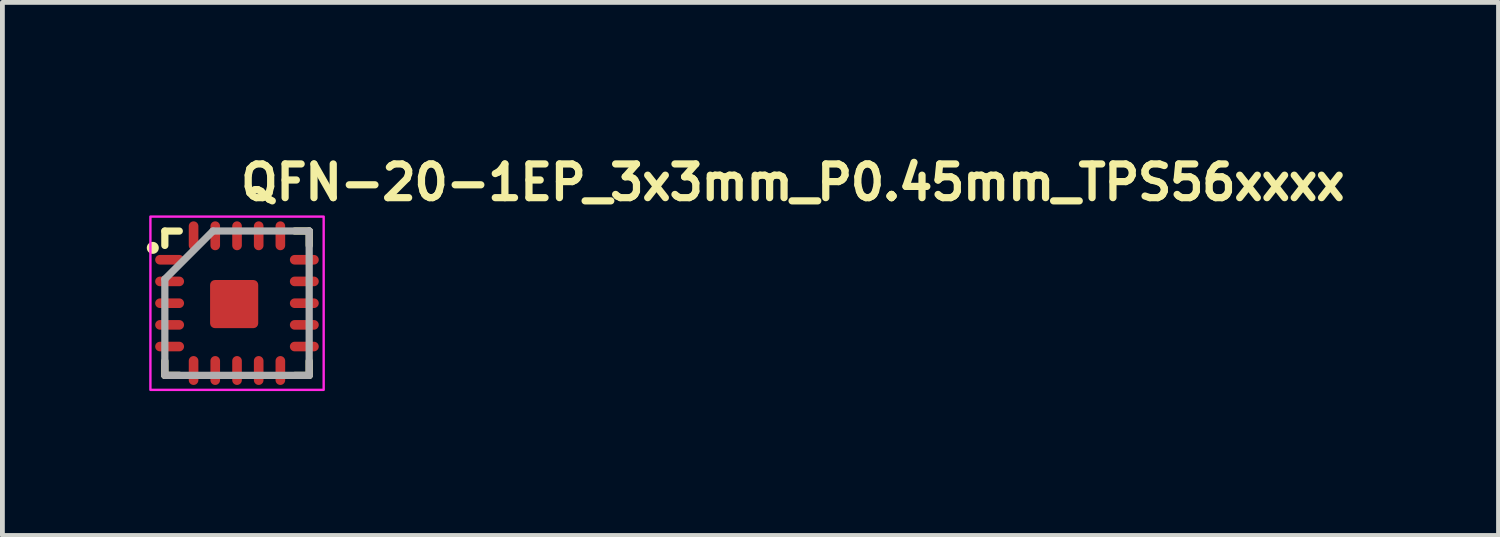
<source format=kicad_pcb>
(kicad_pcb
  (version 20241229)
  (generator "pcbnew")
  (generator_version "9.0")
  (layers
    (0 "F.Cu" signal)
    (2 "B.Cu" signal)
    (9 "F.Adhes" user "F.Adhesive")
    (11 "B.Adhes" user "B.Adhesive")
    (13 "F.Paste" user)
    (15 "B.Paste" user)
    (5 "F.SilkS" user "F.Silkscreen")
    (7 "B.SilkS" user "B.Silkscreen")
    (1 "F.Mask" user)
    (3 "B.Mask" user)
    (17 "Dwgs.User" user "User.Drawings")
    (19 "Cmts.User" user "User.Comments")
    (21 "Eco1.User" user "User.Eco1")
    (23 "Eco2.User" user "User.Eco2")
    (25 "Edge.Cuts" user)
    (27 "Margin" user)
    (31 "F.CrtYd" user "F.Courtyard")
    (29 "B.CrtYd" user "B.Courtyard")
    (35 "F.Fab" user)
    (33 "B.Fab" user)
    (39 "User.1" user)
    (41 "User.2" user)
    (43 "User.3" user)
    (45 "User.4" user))
  (footprint "QFN-20-1EP_3x3mm_P0.45mm_TPS56xxxx"
    (layer "F.Cu")
    (at 1.875 3.25)
    (property "Reference" "QFN-20-1EP_3x3mm_P0.45mm_TPS56xxxx" (at 0 -2.1 0) (layer "F.SilkS") (effects (font (size 0.7 0.7) (thickness 0.15)) (justify left bottom)))
    (attr smd)
    (fp_line (start -1.5 -1.499) (end -1.2 -1.499) (stroke (width 0.15) (type solid)) (layer "F.SilkS"))
    (fp_line (start -1.5 -1.201) (end -1.5 -1.499) (stroke (width 0.15) (type solid)) (layer "F.SilkS"))
    (fp_line (start -1.5 1.498) (end -1.5 1.2) (stroke (width 0.15) (type solid)) (layer "F.SilkS"))
    (fp_line (start -1.2 1.498) (end -1.5 1.498) (stroke (width 0.15) (type solid)) (layer "F.SilkS"))
    (fp_line (start 1.201 1.5) (end 1.499 1.5) (stroke (width 0.15) (type solid)) (layer "F.SilkS"))
    (fp_line (start 1.202 -1.5) (end 1.5 -1.5) (stroke (width 0.15) (type solid)) (layer "F.SilkS"))
    (fp_line (start 1.499 1.5) (end 1.499 1.202) (stroke (width 0.15) (type solid)) (layer "F.SilkS"))
    (fp_line (start 1.5 -1.5) (end 1.5 -1.2) (stroke (width 0.15) (type solid)) (layer "F.SilkS"))
    (fp_circle (center -1.75 -1.15) (end -1.7 -1.15) (stroke (width 0.15) (type solid)) (fill yes) (layer "F.SilkS"))
    (fp_rect (start -1.8 -1.8) (end 1.8 1.8) (stroke (width 0.05) (type solid)) (fill no) (layer "F.CrtYd"))
    (fp_line (start -1.5 -0.5) (end -1.5 1.499) (stroke (width 0.15) (type solid)) (layer "F.Fab"))
    (fp_line (start -1.5 1.499) (end 1.499 1.499) (stroke (width 0.15) (type solid)) (layer "F.Fab"))
    (fp_line (start -0.5 -1.5) (end -1.5 -0.5) (stroke (width 0.15) (type solid)) (layer "F.Fab"))
    (fp_line (start 1.499 -1.5) (end -0.5 -1.5) (stroke (width 0.15) (type solid)) (layer "F.Fab"))
    (fp_line (start 1.499 1.499) (end 1.499 -1.5) (stroke (width 0.15) (type solid)) (layer "F.Fab"))
    (fp_rect (start -1.5 -1.5) (end 1.499 1.499) (stroke (width 0.1) (type solid)) (fill no) (layer "User.5"))
    (fp_rect (start -1.5 -1.5) (end 1.499 1.499) (stroke (width 0.1) (type solid)) (fill no) (layer "User.5"))
    (fp_line (start -1.5 -0.952) (end -1.5 -0.85) (stroke (width 0.02) (type solid)) (layer "User.9"))
    (fp_line (start -1.5 -0.85) (end -1.45 -0.85) (stroke (width 0.02) (type solid)) (layer "User.9"))
    (fp_line (start -1.5 -0.5) (end -1.5 -0.403) (stroke (width 0.02) (type solid)) (layer "User.9"))
    (fp_line (start -1.5 -0.403) (end -1.45 -0.403) (stroke (width 0.02) (type solid)) (layer "User.9"))
    (fp_line (start -1.5 -0.053) (end -1.5 0.05) (stroke (width 0.02) (type solid)) (layer "User.9"))
    (fp_line (start -1.5 0.05) (end -1.45 0.05) (stroke (width 0.02) (type solid)) (layer "User.9"))
    (fp_line (start -1.5 0.4) (end -1.5 0.497) (stroke (width 0.02) (type solid)) (layer "User.9"))
    (fp_line (start -1.5 0.497) (end -1.45 0.497) (stroke (width 0.02) (type solid)) (layer "User.9"))
    (fp_line (start -1.5 0.847) (end -1.5 0.949) (stroke (width 0.02) (type solid)) (layer "User.9"))
    (fp_line (start -1.5 0.949) (end -1.45 0.949) (stroke (width 0.02) (type solid)) (layer "User.9"))
    (fp_line (start -1.45 -1.45) (end -1.45 1.449) (stroke (width 0.02) (type solid)) (layer "User.9"))
    (fp_line (start -1.45 -1.45) (end 1.449 -1.45) (stroke (width 0.02) (type solid)) (layer "User.9"))
    (fp_line (start -1.45 -0.952) (end -1.5 -0.952) (stroke (width 0.02) (type solid)) (layer "User.9"))
    (fp_line (start -1.45 -0.5) (end -1.5 -0.5) (stroke (width 0.02) (type solid)) (layer "User.9"))
    (fp_line (start -1.45 -0.053) (end -1.5 -0.053) (stroke (width 0.02) (type solid)) (layer "User.9"))
    (fp_line (start -1.45 0.4) (end -1.5 0.4) (stroke (width 0.02) (type solid)) (layer "User.9"))
    (fp_line (start -1.45 0.847) (end -1.5 0.847) (stroke (width 0.02) (type solid)) (layer "User.9"))
    (fp_line (start -1.45 1.449) (end 1.449 1.449) (stroke (width 0.02) (type solid)) (layer "User.9"))
    (fp_line (start -1.101 -1.012) (end -1.101 -1.006) (stroke (width 0.02) (type solid)) (layer "User.9"))
    (fp_line (start -1.101 -1.006) (end -1.101 -1) (stroke (width 0.02) (type solid)) (layer "User.9"))
    (fp_line (start -1.101 -1) (end -1.101 -1) (stroke (width 0.02) (type solid)) (layer "User.9"))
    (fp_line (start -1.101 -1) (end -1.101 -0.995) (stroke (width 0.02) (type solid)) (layer "User.9"))
    (fp_line (start -1.101 -0.995) (end -1.101 -0.99) (stroke (width 0.02) (type solid)) (layer "User.9"))
    (fp_line (start -1.101 -0.99) (end -1.099 -0.985) (stroke (width 0.02) (type solid)) (layer "User.9"))
    (fp_line (start -1.099 -1.022) (end -1.099 -1.016) (stroke (width 0.02) (type solid)) (layer "User.9"))
    (fp_line (start -1.099 -1.016) (end -1.101 -1.012) (stroke (width 0.02) (type solid)) (layer "User.9"))
    (fp_line (start -1.099 -0.985) (end -1.099 -0.98) (stroke (width 0.02) (type solid)) (layer "User.9"))
    (fp_line (start -1.099 -0.98) (end -1.097 -0.976) (stroke (width 0.02) (type solid)) (layer "User.9"))
    (fp_line (start -1.097 -1.031) (end -1.097 -1.025) (stroke (width 0.02) (type solid)) (layer "User.9"))
    (fp_line (start -1.097 -1.025) (end -1.099 -1.022) (stroke (width 0.02) (type solid)) (layer "User.9"))
    (fp_line (start -1.097 -0.976) (end -1.097 -0.971) (stroke (width 0.02) (type solid)) (layer "User.9"))
    (fp_line (start -1.097 -0.971) (end -1.095 -0.966) (stroke (width 0.02) (type solid)) (layer "User.9"))
    (fp_line (start -1.095 -1.035) (end -1.097 -1.031) (stroke (width 0.02) (type solid)) (layer "User.9"))
    (fp_line (start -1.095 -0.966) (end -1.093 -0.962) (stroke (width 0.02) (type solid)) (layer "User.9"))
    (fp_line (start -1.093 -1.039) (end -1.095 -1.035) (stroke (width 0.02) (type solid)) (layer "User.9"))
    (fp_line (start -1.093 -0.962) (end -1.091 -0.959) (stroke (width 0.02) (type solid)) (layer "User.9"))
    (fp_line (start -1.091 -1.045) (end -1.093 -1.039) (stroke (width 0.02) (type solid)) (layer "User.9"))
    (fp_line (start -1.091 -0.959) (end -1.089 -0.955) (stroke (width 0.02) (type solid)) (layer "User.9"))
    (fp_line (start -1.089 -1.049) (end -1.091 -1.045) (stroke (width 0.02) (type solid)) (layer "User.9"))
    (fp_line (start -1.089 -0.955) (end -1.087 -0.951) (stroke (width 0.02) (type solid)) (layer "User.9"))
    (fp_line (start -1.087 -1.053) (end -1.089 -1.049) (stroke (width 0.02) (type solid)) (layer "User.9"))
    (fp_line (start -1.087 -0.951) (end -1.083 -0.947) (stroke (width 0.02) (type solid)) (layer "User.9"))
    (fp_line (start -1.083 -1.057) (end -1.087 -1.053) (stroke (width 0.02) (type solid)) (layer "User.9"))
    (fp_line (start -1.083 -0.947) (end -1.081 -0.943) (stroke (width 0.02) (type solid)) (layer "User.9"))
    (fp_line (start -1.081 -1.061) (end -1.083 -1.057) (stroke (width 0.02) (type solid)) (layer "User.9"))
    (fp_line (start -1.081 -0.943) (end -1.079 -0.939) (stroke (width 0.02) (type solid)) (layer "User.9"))
    (fp_line (start -1.079 -1.065) (end -1.081 -1.061) (stroke (width 0.02) (type solid)) (layer "User.9"))
    (fp_line (start -1.079 -0.939) (end -1.075 -0.935) (stroke (width 0.02) (type solid)) (layer "User.9"))
    (fp_line (start -1.075 -1.069) (end -1.079 -1.065) (stroke (width 0.02) (type solid)) (layer "User.9"))
    (fp_line (start -1.075 -0.935) (end -1.071 -0.932) (stroke (width 0.02) (type solid)) (layer "User.9"))
    (fp_line (start -1.071 -1.071) (end -1.075 -1.069) (stroke (width 0.02) (type solid)) (layer "User.9"))
    (fp_line (start -1.071 -0.932) (end -1.069 -0.928) (stroke (width 0.02) (type solid)) (layer "User.9"))
    (fp_line (start -1.069 -1.075) (end -1.071 -1.071) (stroke (width 0.02) (type solid)) (layer "User.9"))
    (fp_line (start -1.069 -0.928) (end -1.065 -0.925) (stroke (width 0.02) (type solid)) (layer "User.9"))
    (fp_line (start -1.065 -1.079) (end -1.069 -1.075) (stroke (width 0.02) (type solid)) (layer "User.9"))
    (fp_line (start -1.065 -0.925) (end -1.061 -0.922) (stroke (width 0.02) (type solid)) (layer "User.9"))
    (fp_line (start -1.061 -1.081) (end -1.065 -1.079) (stroke (width 0.02) (type solid)) (layer "User.9"))
    (fp_line (start -1.061 -0.922) (end -1.057 -0.92) (stroke (width 0.02) (type solid)) (layer "User.9"))
    (fp_line (start -1.057 -1.083) (end -1.061 -1.081) (stroke (width 0.02) (type solid)) (layer "User.9"))
    (fp_line (start -1.057 -0.92) (end -1.053 -0.917) (stroke (width 0.02) (type solid)) (layer "User.9"))
    (fp_line (start -1.053 -1.087) (end -1.057 -1.083) (stroke (width 0.02) (type solid)) (layer "User.9"))
    (fp_line (start -1.053 -0.917) (end -1.049 -0.915) (stroke (width 0.02) (type solid)) (layer "User.9"))
    (fp_line (start -1.049 -1.089) (end -1.053 -1.087) (stroke (width 0.02) (type solid)) (layer "User.9"))
    (fp_line (start -1.049 -0.915) (end -1.045 -0.912) (stroke (width 0.02) (type solid)) (layer "User.9"))
    (fp_line (start -1.045 -1.091) (end -1.049 -1.089) (stroke (width 0.02) (type solid)) (layer "User.9"))
    (fp_line (start -1.045 -0.912) (end -1.039 -0.91) (stroke (width 0.02) (type solid)) (layer "User.9"))
    (fp_line (start -1.039 -1.093) (end -1.045 -1.091) (stroke (width 0.02) (type solid)) (layer "User.9"))
    (fp_line (start -1.039 -0.91) (end -1.035 -0.909) (stroke (width 0.02) (type solid)) (layer "User.9"))
    (fp_line (start -1.035 -1.095) (end -1.039 -1.093) (stroke (width 0.02) (type solid)) (layer "User.9"))
    (fp_line (start -1.035 -0.909) (end -1.031 -0.907) (stroke (width 0.02) (type solid)) (layer "User.9"))
    (fp_line (start -1.031 -1.097) (end -1.035 -1.095) (stroke (width 0.02) (type solid)) (layer "User.9"))
    (fp_line (start -1.031 -0.907) (end -1.025 -0.906) (stroke (width 0.02) (type solid)) (layer "User.9"))
    (fp_line (start -1.025 -1.097) (end -1.031 -1.097) (stroke (width 0.02) (type solid)) (layer "User.9"))
    (fp_line (start -1.025 -0.906) (end -1.022 -0.905) (stroke (width 0.02) (type solid)) (layer "User.9"))
    (fp_line (start -1.022 -1.099) (end -1.025 -1.097) (stroke (width 0.02) (type solid)) (layer "User.9"))
    (fp_line (start -1.022 -0.905) (end -1.016 -0.904) (stroke (width 0.02) (type solid)) (layer "User.9"))
    (fp_line (start -1.016 -1.099) (end -1.022 -1.099) (stroke (width 0.02) (type solid)) (layer "User.9"))
    (fp_line (start -1.016 -0.904) (end -1.012 -0.903) (stroke (width 0.02) (type solid)) (layer "User.9"))
    (fp_line (start -1.012 -1.101) (end -1.016 -1.099) (stroke (width 0.02) (type solid)) (layer "User.9"))
    (fp_line (start -1.012 -0.903) (end -1.006 -0.903) (stroke (width 0.02) (type solid)) (layer "User.9"))
    (fp_line (start -1.006 -1.101) (end -1.012 -1.101) (stroke (width 0.02) (type solid)) (layer "User.9"))
    (fp_line (start -1.006 -0.903) (end -1 -0.903) (stroke (width 0.02) (type solid)) (layer "User.9"))
    (fp_line (start -1 -1.101) (end -1.006 -1.101) (stroke (width 0.02) (type solid)) (layer "User.9"))
    (fp_line (start -1 -1.101) (end -1 -1.101) (stroke (width 0.02) (type solid)) (layer "User.9"))
    (fp_line (start -1 -0.903) (end -1 -0.903) (stroke (width 0.02) (type solid)) (layer "User.9"))
    (fp_line (start -1 -0.903) (end -0.995 -0.903) (stroke (width 0.02) (type solid)) (layer "User.9"))
    (fp_line (start -0.995 -1.101) (end -1 -1.101) (stroke (width 0.02) (type solid)) (layer "User.9"))
    (fp_line (start -0.995 -0.903) (end -0.99 -0.903) (stroke (width 0.02) (type solid)) (layer "User.9"))
    (fp_line (start -0.99 -1.101) (end -0.995 -1.101) (stroke (width 0.02) (type solid)) (layer "User.9"))
    (fp_line (start -0.99 -0.903) (end -0.985 -0.904) (stroke (width 0.02) (type solid)) (layer "User.9"))
    (fp_line (start -0.985 -1.099) (end -0.99 -1.101) (stroke (width 0.02) (type solid)) (layer "User.9"))
    (fp_line (start -0.985 -0.904) (end -0.98 -0.905) (stroke (width 0.02) (type solid)) (layer "User.9"))
    (fp_line (start -0.98 -1.099) (end -0.985 -1.099) (stroke (width 0.02) (type solid)) (layer "User.9"))
    (fp_line (start -0.98 -0.905) (end -0.976 -0.906) (stroke (width 0.02) (type solid)) (layer "User.9"))
    (fp_line (start -0.976 -1.097) (end -0.98 -1.099) (stroke (width 0.02) (type solid)) (layer "User.9"))
    (fp_line (start -0.976 -0.906) (end -0.971 -0.907) (stroke (width 0.02) (type solid)) (layer "User.9"))
    (fp_line (start -0.971 -1.097) (end -0.976 -1.097) (stroke (width 0.02) (type solid)) (layer "User.9"))
    (fp_line (start -0.971 -0.907) (end -0.966 -0.909) (stroke (width 0.02) (type solid)) (layer "User.9"))
    (fp_line (start -0.966 -1.095) (end -0.971 -1.097) (stroke (width 0.02) (type solid)) (layer "User.9"))
    (fp_line (start -0.966 -0.909) (end -0.962 -0.91) (stroke (width 0.02) (type solid)) (layer "User.9"))
    (fp_line (start -0.962 -1.093) (end -0.966 -1.095) (stroke (width 0.02) (type solid)) (layer "User.9"))
    (fp_line (start -0.962 -0.91) (end -0.959 -0.912) (stroke (width 0.02) (type solid)) (layer "User.9"))
    (fp_line (start -0.959 -1.091) (end -0.962 -1.093) (stroke (width 0.02) (type solid)) (layer "User.9"))
    (fp_line (start -0.959 -0.912) (end -0.955 -0.915) (stroke (width 0.02) (type solid)) (layer "User.9"))
    (fp_line (start -0.955 -1.089) (end -0.959 -1.091) (stroke (width 0.02) (type solid)) (layer "User.9"))
    (fp_line (start -0.955 -0.915) (end -0.951 -0.917) (stroke (width 0.02) (type solid)) (layer "User.9"))
    (fp_line (start -0.952 -1.5) (end -0.952 -1.45) (stroke (width 0.02) (type solid)) (layer "User.9"))
    (fp_line (start -0.952 1.449) (end -0.952 1.499) (stroke (width 0.02) (type solid)) (layer "User.9"))
    (fp_line (start -0.952 1.499) (end -0.85 1.499) (stroke (width 0.02) (type solid)) (layer "User.9"))
    (fp_line (start -0.951 -1.087) (end -0.955 -1.089) (stroke (width 0.02) (type solid)) (layer "User.9"))
    (fp_line (start -0.951 -0.917) (end -0.947 -0.92) (stroke (width 0.02) (type solid)) (layer "User.9"))
    (fp_line (start -0.947 -1.083) (end -0.951 -1.087) (stroke (width 0.02) (type solid)) (layer "User.9"))
    (fp_line (start -0.947 -0.92) (end -0.943 -0.922) (stroke (width 0.02) (type solid)) (layer "User.9"))
    (fp_line (start -0.943 -1.081) (end -0.947 -1.083) (stroke (width 0.02) (type solid)) (layer "User.9"))
    (fp_line (start -0.943 -0.922) (end -0.939 -0.925) (stroke (width 0.02) (type solid)) (layer "User.9"))
    (fp_line (start -0.939 -1.079) (end -0.943 -1.081) (stroke (width 0.02) (type solid)) (layer "User.9"))
    (fp_line (start -0.939 -0.925) (end -0.935 -0.928) (stroke (width 0.02) (type solid)) (layer "User.9"))
    (fp_line (start -0.935 -1.075) (end -0.939 -1.079) (stroke (width 0.02) (type solid)) (layer "User.9"))
    (fp_line (start -0.935 -0.928) (end -0.932 -0.932) (stroke (width 0.02) (type solid)) (layer "User.9"))
    (fp_line (start -0.932 -1.071) (end -0.935 -1.075) (stroke (width 0.02) (type solid)) (layer "User.9"))
    (fp_line (start -0.932 -0.932) (end -0.928 -0.935) (stroke (width 0.02) (type solid)) (layer "User.9"))
    (fp_line (start -0.928 -1.069) (end -0.932 -1.071) (stroke (width 0.02) (type solid)) (layer "User.9"))
    (fp_line (start -0.928 -0.935) (end -0.925 -0.939) (stroke (width 0.02) (type solid)) (layer "User.9"))
    (fp_line (start -0.925 -1.065) (end -0.928 -1.069) (stroke (width 0.02) (type solid)) (layer "User.9"))
    (fp_line (start -0.925 -0.939) (end -0.922 -0.943) (stroke (width 0.02) (type solid)) (layer "User.9"))
    (fp_line (start -0.922 -1.061) (end -0.925 -1.065) (stroke (width 0.02) (type solid)) (layer "User.9"))
    (fp_line (start -0.922 -0.943) (end -0.92 -0.947) (stroke (width 0.02) (type solid)) (layer "User.9"))
    (fp_line (start -0.92 -1.057) (end -0.922 -1.061) (stroke (width 0.02) (type solid)) (layer "User.9"))
    (fp_line (start -0.92 -0.947) (end -0.917 -0.951) (stroke (width 0.02) (type solid)) (layer "User.9"))
    (fp_line (start -0.917 -1.053) (end -0.92 -1.057) (stroke (width 0.02) (type solid)) (layer "User.9"))
    (fp_line (start -0.917 -0.951) (end -0.915 -0.955) (stroke (width 0.02) (type solid)) (layer "User.9"))
    (fp_line (start -0.915 -1.049) (end -0.917 -1.053) (stroke (width 0.02) (type solid)) (layer "User.9"))
    (fp_line (start -0.915 -0.955) (end -0.912 -0.959) (stroke (width 0.02) (type solid)) (layer "User.9"))
    (fp_line (start -0.912 -1.045) (end -0.915 -1.049) (stroke (width 0.02) (type solid)) (layer "User.9"))
    (fp_line (start -0.912 -0.959) (end -0.91 -0.962) (stroke (width 0.02) (type solid)) (layer "User.9"))
    (fp_line (start -0.91 -1.039) (end -0.912 -1.045) (stroke (width 0.02) (type solid)) (layer "User.9"))
    (fp_line (start -0.91 -0.962) (end -0.909 -0.966) (stroke (width 0.02) (type solid)) (layer "User.9"))
    (fp_line (start -0.909 -1.035) (end -0.91 -1.039) (stroke (width 0.02) (type solid)) (layer "User.9"))
    (fp_line (start -0.909 -0.966) (end -0.907 -0.971) (stroke (width 0.02) (type solid)) (layer "User.9"))
    (fp_line (start -0.907 -1.031) (end -0.909 -1.035) (stroke (width 0.02) (type solid)) (layer "User.9"))
    (fp_line (start -0.907 -0.971) (end -0.906 -0.976) (stroke (width 0.02) (type solid)) (layer "User.9"))
    (fp_line (start -0.906 -1.025) (end -0.907 -1.031) (stroke (width 0.02) (type solid)) (layer "User.9"))
    (fp_line (start -0.906 -0.976) (end -0.905 -0.98) (stroke (width 0.02) (type solid)) (layer "User.9"))
    (fp_line (start -0.905 -1.022) (end -0.906 -1.025) (stroke (width 0.02) (type solid)) (layer "User.9"))
    (fp_line (start -0.905 -0.98) (end -0.904 -0.985) (stroke (width 0.02) (type solid)) (layer "User.9"))
    (fp_line (start -0.904 -1.016) (end -0.905 -1.022) (stroke (width 0.02) (type solid)) (layer "User.9"))
    (fp_line (start -0.904 -0.985) (end -0.903 -0.99) (stroke (width 0.02) (type solid)) (layer "User.9"))
    (fp_line (start -0.903 -1.012) (end -0.904 -1.016) (stroke (width 0.02) (type solid)) (layer "User.9"))
    (fp_line (start -0.903 -1.006) (end -0.903 -1.012) (stroke (width 0.02) (type solid)) (layer "User.9"))
    (fp_line (start -0.903 -1) (end -0.903 -1.006) (stroke (width 0.02) (type solid)) (layer "User.9"))
    (fp_line (start -0.903 -1) (end -0.903 -1) (stroke (width 0.02) (type solid)) (layer "User.9"))
    (fp_line (start -0.903 -1) (end -0.903 -1) (stroke (width 0.02) (type solid)) (layer "User.9"))
    (fp_line (start -0.903 -0.995) (end -0.903 -1) (stroke (width 0.02) (type solid)) (layer "User.9"))
    (fp_line (start -0.903 -0.99) (end -0.903 -0.995) (stroke (width 0.02) (type solid)) (layer "User.9"))
    (fp_line (start -0.85 -1.5) (end -0.952 -1.5) (stroke (width 0.02) (type solid)) (layer "User.9"))
    (fp_line (start -0.85 -1.45) (end -0.85 -1.5) (stroke (width 0.02) (type solid)) (layer "User.9"))
    (fp_line (start -0.85 1.499) (end -0.85 1.449) (stroke (width 0.02) (type solid)) (layer "User.9"))
    (fp_line (start -0.5 -1.5) (end -0.5 -1.45) (stroke (width 0.02) (type solid)) (layer "User.9"))
    (fp_line (start -0.5 1.449) (end -0.5 1.499) (stroke (width 0.02) (type solid)) (layer "User.9"))
    (fp_line (start -0.5 1.499) (end -0.403 1.499) (stroke (width 0.02) (type solid)) (layer "User.9"))
    (fp_line (start -0.403 -1.5) (end -0.5 -1.5) (stroke (width 0.02) (type solid)) (layer "User.9"))
    (fp_line (start -0.403 -1.45) (end -0.403 -1.5) (stroke (width 0.02) (type solid)) (layer "User.9"))
    (fp_line (start -0.403 1.499) (end -0.403 1.449) (stroke (width 0.02) (type solid)) (layer "User.9"))
    (fp_line (start -0.053 -1.5) (end -0.053 -1.45) (stroke (width 0.02) (type solid)) (layer "User.9"))
    (fp_line (start -0.053 1.449) (end -0.053 1.499) (stroke (width 0.02) (type solid)) (layer "User.9"))
    (fp_line (start -0.053 1.499) (end 0.05 1.499) (stroke (width 0.02) (type solid)) (layer "User.9"))
    (fp_line (start 0.05 -1.5) (end -0.053 -1.5) (stroke (width 0.02) (type solid)) (layer "User.9"))
    (fp_line (start 0.05 -1.45) (end 0.05 -1.5) (stroke (width 0.02) (type solid)) (layer "User.9"))
    (fp_line (start 0.05 1.499) (end 0.05 1.449) (stroke (width 0.02) (type solid)) (layer "User.9"))
    (fp_line (start 0.4 -1.5) (end 0.4 -1.45) (stroke (width 0.02) (type solid)) (layer "User.9"))
    (fp_line (start 0.4 1.449) (end 0.4 1.499) (stroke (width 0.02) (type solid)) (layer "User.9"))
    (fp_line (start 0.4 1.499) (end 0.497 1.499) (stroke (width 0.02) (type solid)) (layer "User.9"))
    (fp_line (start 0.497 -1.5) (end 0.4 -1.5) (stroke (width 0.02) (type solid)) (layer "User.9"))
    (fp_line (start 0.497 -1.45) (end 0.497 -1.5) (stroke (width 0.02) (type solid)) (layer "User.9"))
    (fp_line (start 0.497 1.499) (end 0.497 1.449) (stroke (width 0.02) (type solid)) (layer "User.9"))
    (fp_line (start 0.847 -1.5) (end 0.847 -1.45) (stroke (width 0.02) (type solid)) (layer "User.9"))
    (fp_line (start 0.847 1.449) (end 0.847 1.499) (stroke (width 0.02) (type solid)) (layer "User.9"))
    (fp_line (start 0.847 1.499) (end 0.949 1.499) (stroke (width 0.02) (type solid)) (layer "User.9"))
    (fp_line (start 0.949 -1.5) (end 0.847 -1.5) (stroke (width 0.02) (type solid)) (layer "User.9"))
    (fp_line (start 0.949 -1.45) (end 0.949 -1.5) (stroke (width 0.02) (type solid)) (layer "User.9"))
    (fp_line (start 0.949 1.499) (end 0.949 1.449) (stroke (width 0.02) (type solid)) (layer "User.9"))
    (fp_line (start 1.449 -1.45) (end 1.449 1.449) (stroke (width 0.02) (type solid)) (layer "User.9"))
    (fp_line (start 1.449 -0.85) (end 1.499 -0.85) (stroke (width 0.02) (type solid)) (layer "User.9"))
    (fp_line (start 1.449 -0.403) (end 1.499 -0.403) (stroke (width 0.02) (type solid)) (layer "User.9"))
    (fp_line (start 1.449 0.05) (end 1.499 0.05) (stroke (width 0.02) (type solid)) (layer "User.9"))
    (fp_line (start 1.449 0.497) (end 1.499 0.497) (stroke (width 0.02) (type solid)) (layer "User.9"))
    (fp_line (start 1.449 0.949) (end 1.499 0.949) (stroke (width 0.02) (type solid)) (layer "User.9"))
    (fp_line (start 1.499 -0.952) (end 1.449 -0.952) (stroke (width 0.02) (type solid)) (layer "User.9"))
    (fp_line (start 1.499 -0.85) (end 1.499 -0.952) (stroke (width 0.02) (type solid)) (layer "User.9"))
    (fp_line (start 1.499 -0.5) (end 1.449 -0.5) (stroke (width 0.02) (type solid)) (layer "User.9"))
    (fp_line (start 1.499 -0.403) (end 1.499 -0.5) (stroke (width 0.02) (type solid)) (layer "User.9"))
    (fp_line (start 1.499 -0.053) (end 1.449 -0.053) (stroke (width 0.02) (type solid)) (layer "User.9"))
    (fp_line (start 1.499 0.05) (end 1.499 -0.053) (stroke (width 0.02) (type solid)) (layer "User.9"))
    (fp_line (start 1.499 0.4) (end 1.449 0.4) (stroke (width 0.02) (type solid)) (layer "User.9"))
    (fp_line (start 1.499 0.497) (end 1.499 0.4) (stroke (width 0.02) (type solid)) (layer "User.9"))
    (fp_line (start 1.499 0.847) (end 1.449 0.847) (stroke (width 0.02) (type solid)) (layer "User.9"))
    (fp_line (start 1.499 0.949) (end 1.499 0.847) (stroke (width 0.02) (type solid)) (layer "User.9"))
    (pad "1" smd oval (at -1.401 -0.903 90) (size 0.2 0.6) (layers "F.Cu" "F.Mask" "F.Paste"))
    (pad "2" smd oval (at -1.401 -0.453 90) (size 0.2 0.6) (layers "F.Cu" "F.Mask" "F.Paste"))
    (pad "3" smd oval (at -1.401 0 90) (size 0.2 0.6) (layers "F.Cu" "F.Mask" "F.Paste"))
    (pad "4" smd oval (at -1.401 0.45 90) (size 0.2 0.6) (layers "F.Cu" "F.Mask" "F.Paste"))
    (pad "5" smd oval (at -1.401 0.9 90) (size 0.2 0.6) (layers "F.Cu" "F.Mask" "F.Paste"))
    (pad "6" smd oval (at -0.903 1.398) (size 0.2 0.6) (layers "F.Cu" "F.Mask" "F.Paste"))
    (pad "7" smd oval (at -0.453 1.398) (size 0.2 0.6) (layers "F.Cu" "F.Mask" "F.Paste"))
    (pad "8" smd oval (at 0 1.398) (size 0.2 0.6) (layers "F.Cu" "F.Mask" "F.Paste"))
    (pad "9" smd oval (at 0.45 1.398) (size 0.2 0.6) (layers "F.Cu" "F.Mask" "F.Paste"))
    (pad "10" smd oval (at 0.9 1.398) (size 0.2 0.6) (layers "F.Cu" "F.Mask" "F.Paste"))
    (pad "11" smd oval (at 1.398 0.9 90) (size 0.2 0.6) (layers "F.Cu" "F.Mask" "F.Paste"))
    (pad "12" smd oval (at 1.398 0.45 90) (size 0.2 0.6) (layers "F.Cu" "F.Mask" "F.Paste"))
    (pad "13" smd oval (at 1.398 0 90) (size 0.2 0.6) (layers "F.Cu" "F.Mask" "F.Paste"))
    (pad "14" smd oval (at 1.398 -0.453 90) (size 0.2 0.6) (layers "F.Cu" "F.Mask" "F.Paste"))
    (pad "15" smd oval (at 1.398 -0.903 90) (size 0.2 0.6) (layers "F.Cu" "F.Mask" "F.Paste"))
    (pad "16" smd oval (at 0.9 -1.401) (size 0.2 0.6) (layers "F.Cu" "F.Mask" "F.Paste"))
    (pad "17" smd oval (at 0.45 -1.401) (size 0.2 0.6) (layers "F.Cu" "F.Mask" "F.Paste"))
    (pad "18" smd oval (at 0 -1.401) (size 0.2 0.6) (layers "F.Cu" "F.Mask" "F.Paste"))
    (pad "19" smd oval (at -0.453 -1.401) (size 0.2 0.6) (layers "F.Cu" "F.Mask" "F.Paste"))
    (pad "20" smd oval (at -0.903 -1.401) (size 0.2 0.6) (layers "F.Cu" "F.Mask" "F.Paste"))
    (pad "21" smd roundrect (at -0.06 0.018) (size 1 1) (layers "F.Cu" "F.Mask" "F.Paste") (roundrect_rratio 0.1)))
  (gr_rect
    (start -3 -3)
    (end 28.085 8.075)
    (stroke (width 0.1) (type default))
    (fill no)
    (layer "Edge.Cuts")))
</source>
